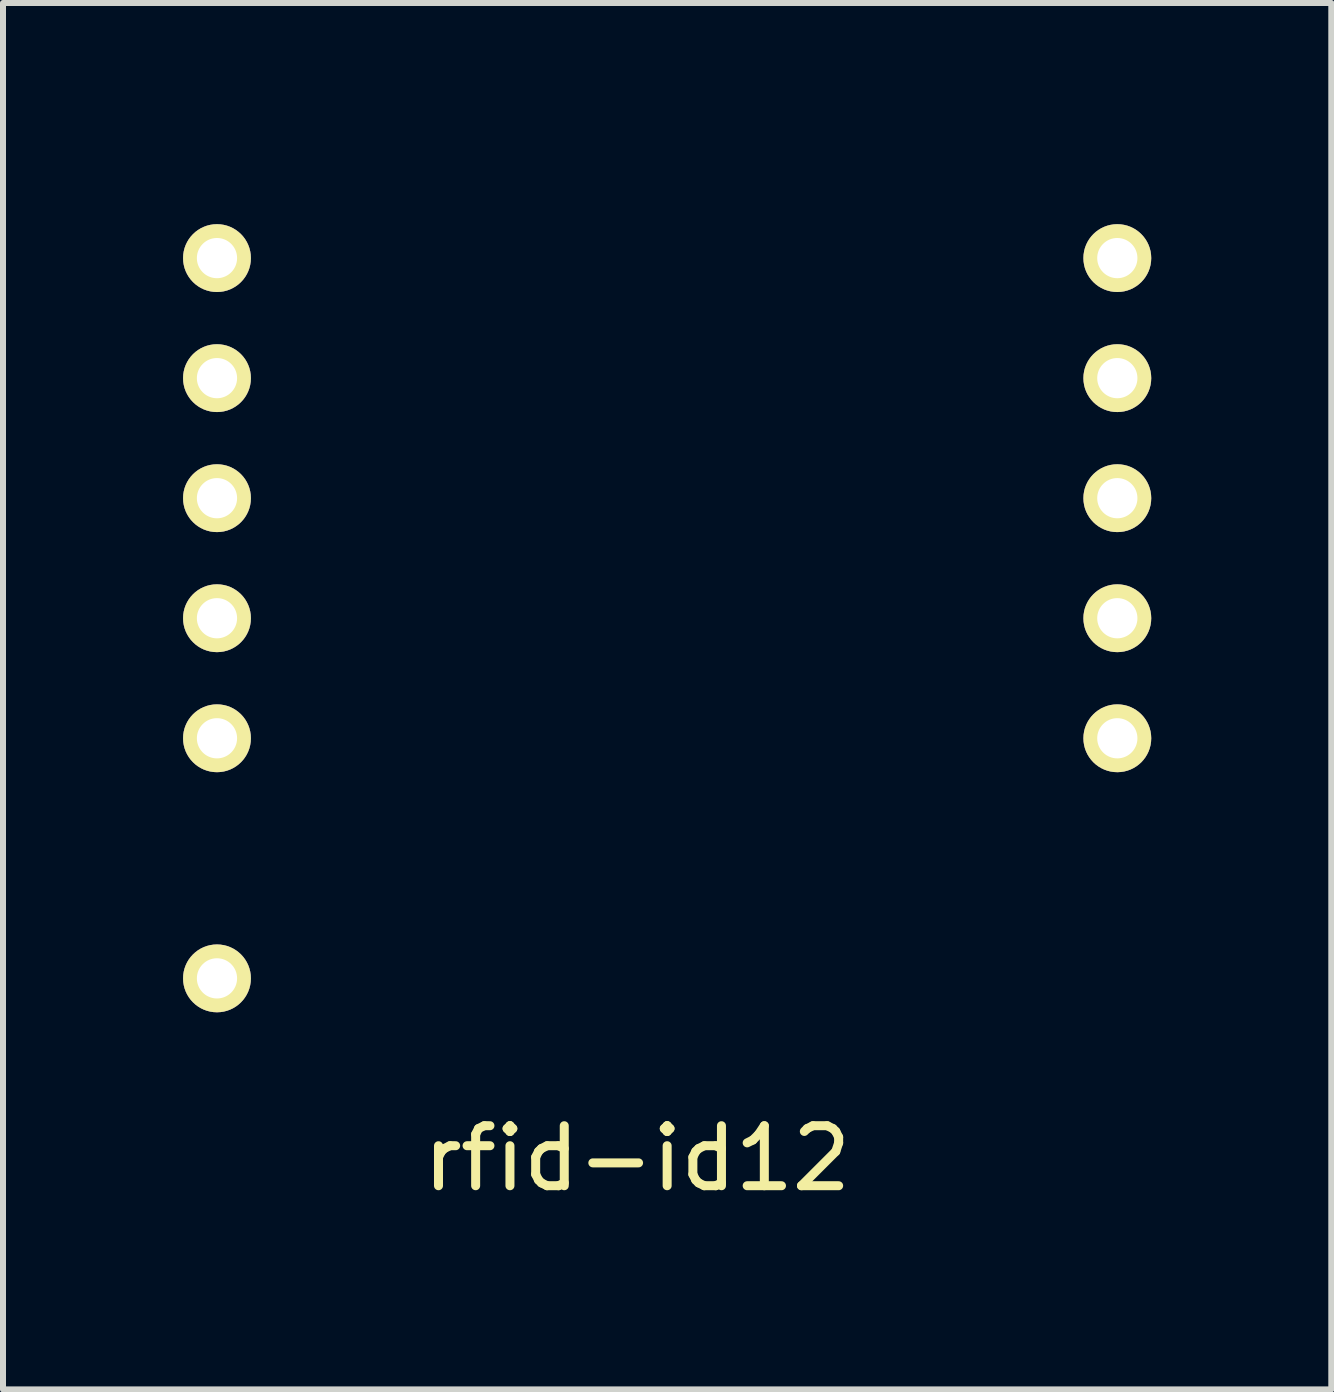
<source format=kicad_pcb>
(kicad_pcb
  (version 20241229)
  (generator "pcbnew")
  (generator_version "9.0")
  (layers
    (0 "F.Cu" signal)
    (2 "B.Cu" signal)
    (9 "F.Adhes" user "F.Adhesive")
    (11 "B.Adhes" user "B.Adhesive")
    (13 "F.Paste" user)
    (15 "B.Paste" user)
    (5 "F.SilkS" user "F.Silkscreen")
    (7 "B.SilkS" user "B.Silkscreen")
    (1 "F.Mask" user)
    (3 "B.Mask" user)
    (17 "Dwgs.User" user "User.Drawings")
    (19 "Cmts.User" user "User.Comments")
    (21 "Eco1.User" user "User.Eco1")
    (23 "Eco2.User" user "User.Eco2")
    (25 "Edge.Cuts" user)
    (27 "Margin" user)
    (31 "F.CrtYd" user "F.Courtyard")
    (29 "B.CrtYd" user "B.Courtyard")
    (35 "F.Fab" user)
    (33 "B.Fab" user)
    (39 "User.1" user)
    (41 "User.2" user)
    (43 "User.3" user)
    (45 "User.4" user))
  (footprint "rfid-id12"
    (layer "F.Cu")
    (at 3.565 0.25)
    (property "Reference" "rfid-id12" (at 4 16 0) (layer "F.SilkS") (effects (font (size 1 1) (thickness 0.15))))
    (attr through_hole)
    (pad "1" thru_hole circle (at 12 9) (size 1.13 1.13) (drill 0.67) (layers "*.Cu" "*.Mask" "F.SilkS"))
    (pad "2" thru_hole circle (at 12 7) (size 1.13 1.13) (drill 0.67) (layers "*.Cu" "*.Mask" "F.SilkS"))
    (pad "3" thru_hole circle (at 12 5) (size 1.13 1.13) (drill 0.67) (layers "*.Cu" "*.Mask" "F.SilkS"))
    (pad "4" thru_hole circle (at 12 3) (size 1.13 1.13) (drill 0.67) (layers "*.Cu" "*.Mask" "F.SilkS"))
    (pad "5" thru_hole circle (at 12 1) (size 1.13 1.13) (drill 0.67) (layers "*.Cu" "*.Mask" "F.SilkS"))
    (pad "6" thru_hole circle (at -3 1) (size 1.13 1.13) (drill 0.67) (layers "*.Cu" "*.Mask" "F.SilkS"))
    (pad "7" thru_hole circle (at -3 3) (size 1.13 1.13) (drill 0.67) (layers "*.Cu" "*.Mask" "F.SilkS"))
    (pad "8" thru_hole circle (at -3 5) (size 1.13 1.13) (drill 0.67) (layers "*.Cu" "*.Mask" "F.SilkS"))
    (pad "9" thru_hole circle (at -3 7) (size 1.13 1.13) (drill 0.67) (layers "*.Cu" "*.Mask" "F.SilkS"))
    (pad "10" thru_hole circle (at -3 9) (size 1.13 1.13) (drill 0.67) (layers "*.Cu" "*.Mask" "F.SilkS"))
    (pad "11" thru_hole circle (at -3 13) (size 1.13 1.13) (drill 0.67) (layers "*.Cu" "*.Mask" "F.SilkS")))
  (gr_rect
    (start -3 -3)
    (end 19.13 20.098)
    (stroke (width 0.1) (type default))
    (fill no)
    (layer "Edge.Cuts")))
</source>
